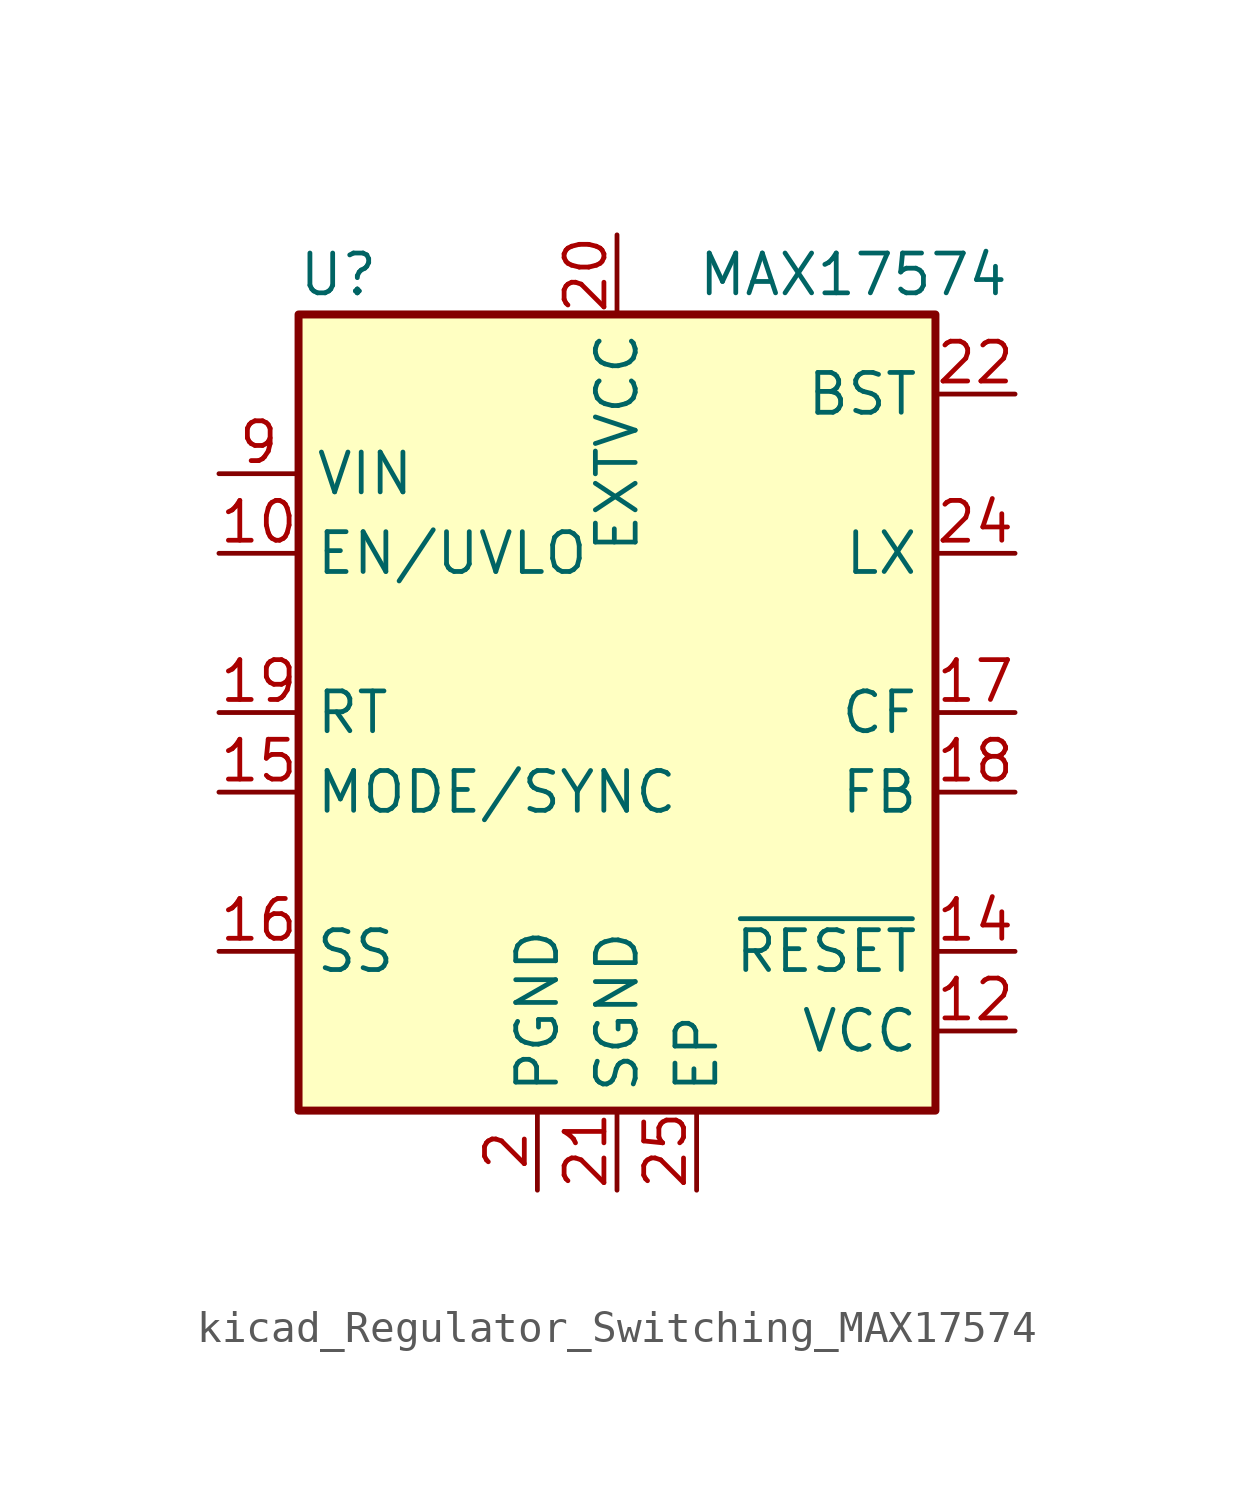
<source format=kicad_sym>
(kicad_symbol_lib
  (version 20220914)
  (generator kicad_symbol_editor)
  (symbol "kicad_Regulator_Switching_MAX17574"
    (property "Reference" "U"
      (at -8.89 13.97 0)
      (effects (font (size 1.27 1.27))))
    (property "Value" "MAX17574"
      (at 2.54 13.97 0)
      (effects (font (size 1.27 1.27)) (justify left)))
    (symbol "kicad_Regulator_Switching_MAX17574_0_1"
      (rectangle (start -10.16 12.7) (end 10.16 -12.7) (stroke (width 0.254) (type default)) (fill (type background))))
    (symbol "kicad_Regulator_Switching_MAX17574_1_1"
      (pin passive line (at 12.7 5.08 180) (length 2.54) hide (name "LX" (effects (font (size 1.27 1.27)))) (number "1" (effects (font (size 1.27 1.27)))))
      (pin input line (at -12.7 5.08 0) (length 2.54) (name "EN/UVLO" (effects (font (size 1.27 1.27)))) (number "10" (effects (font (size 1.27 1.27)))))
      (pin passive line (at -2.54 -15.24 90) (length 2.54) hide (name "PGND" (effects (font (size 1.27 1.27)))) (number "11" (effects (font (size 1.27 1.27)))))
      (pin power_out line (at 12.7 -10.16 180) (length 2.54) (name "VCC" (effects (font (size 1.27 1.27)))) (number "12" (effects (font (size 1.27 1.27)))))
      (pin no_connect line (at 10.16 -5.08 180) (length 2.54) hide (name "NC" (effects (font (size 1.27 1.27)))) (number "13" (effects (font (size 1.27 1.27)))))
      (pin open_collector line (at 12.7 -7.62 180) (length 2.54) (name "~{RESET}" (effects (font (size 1.27 1.27)))) (number "14" (effects (font (size 1.27 1.27)))))
      (pin input line (at -12.7 -2.54 0) (length 2.54) (name "MODE/SYNC" (effects (font (size 1.27 1.27)))) (number "15" (effects (font (size 1.27 1.27)))))
      (pin passive line (at -12.7 -7.62 0) (length 2.54) (name "SS" (effects (font (size 1.27 1.27)))) (number "16" (effects (font (size 1.27 1.27)))))
      (pin passive line (at 12.7 0 180) (length 2.54) (name "CF" (effects (font (size 1.27 1.27)))) (number "17" (effects (font (size 1.27 1.27)))))
      (pin input line (at 12.7 -2.54 180) (length 2.54) (name "FB" (effects (font (size 1.27 1.27)))) (number "18" (effects (font (size 1.27 1.27)))))
      (pin input line (at -12.7 0 0) (length 2.54) (name "RT" (effects (font (size 1.27 1.27)))) (number "19" (effects (font (size 1.27 1.27)))))
      (pin power_in line (at -2.54 -15.24 90) (length 2.54) (name "PGND" (effects (font (size 1.27 1.27)))) (number "2" (effects (font (size 1.27 1.27)))))
      (pin power_in line (at 0 15.24 270) (length 2.54) (name "EXTVCC" (effects (font (size 1.27 1.27)))) (number "20" (effects (font (size 1.27 1.27)))))
      (pin power_in line (at 0 -15.24 90) (length 2.54) (name "SGND" (effects (font (size 1.27 1.27)))) (number "21" (effects (font (size 1.27 1.27)))))
      (pin passive line (at 12.7 10.16 180) (length 2.54) (name "BST" (effects (font (size 1.27 1.27)))) (number "22" (effects (font (size 1.27 1.27)))))
      (pin passive line (at 12.7 5.08 180) (length 2.54) hide (name "LX" (effects (font (size 1.27 1.27)))) (number "23" (effects (font (size 1.27 1.27)))))
      (pin power_out line (at 12.7 5.08 180) (length 2.54) (name "LX" (effects (font (size 1.27 1.27)))) (number "24" (effects (font (size 1.27 1.27)))))
      (pin power_in line (at 2.54 -15.24 90) (length 2.54) (name "EP" (effects (font (size 1.27 1.27)))) (number "25" (effects (font (size 1.27 1.27)))))
      (pin passive line (at -2.54 -15.24 90) (length 2.54) hide (name "PGND" (effects (font (size 1.27 1.27)))) (number "3" (effects (font (size 1.27 1.27)))))
      (pin no_connect line (at -10.16 2.54 0) (length 2.54) hide (name "NC" (effects (font (size 1.27 1.27)))) (number "4" (effects (font (size 1.27 1.27)))))
      (pin passive line (at -12.7 7.62 0) (length 2.54) hide (name "VIN" (effects (font (size 1.27 1.27)))) (number "5" (effects (font (size 1.27 1.27)))))
      (pin passive line (at -12.7 7.62 0) (length 2.54) hide (name "VIN" (effects (font (size 1.27 1.27)))) (number "6" (effects (font (size 1.27 1.27)))))
      (pin passive line (at -12.7 7.62 0) (length 2.54) hide (name "VIN" (effects (font (size 1.27 1.27)))) (number "7" (effects (font (size 1.27 1.27)))))
      (pin no_connect line (at -10.16 -5.08 0) (length 2.54) hide (name "NC" (effects (font (size 1.27 1.27)))) (number "8" (effects (font (size 1.27 1.27)))))
      (pin power_in line (at -12.7 7.62 0) (length 2.54) (name "VIN" (effects (font (size 1.27 1.27)))) (number "9" (effects (font (size 1.27 1.27))))))))
</source>
